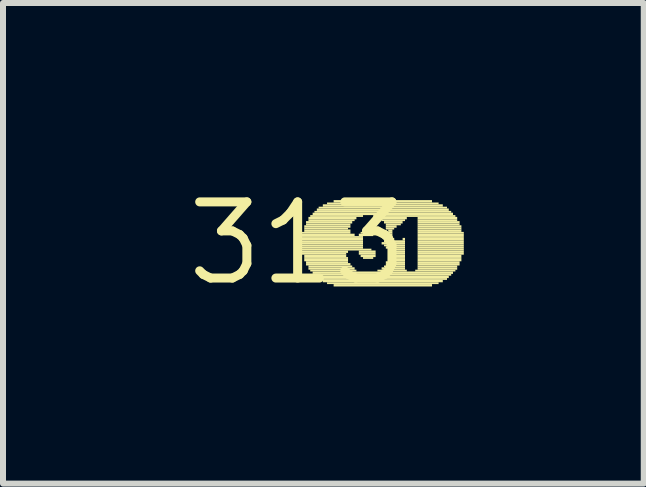
<source format=kicad_pcb>
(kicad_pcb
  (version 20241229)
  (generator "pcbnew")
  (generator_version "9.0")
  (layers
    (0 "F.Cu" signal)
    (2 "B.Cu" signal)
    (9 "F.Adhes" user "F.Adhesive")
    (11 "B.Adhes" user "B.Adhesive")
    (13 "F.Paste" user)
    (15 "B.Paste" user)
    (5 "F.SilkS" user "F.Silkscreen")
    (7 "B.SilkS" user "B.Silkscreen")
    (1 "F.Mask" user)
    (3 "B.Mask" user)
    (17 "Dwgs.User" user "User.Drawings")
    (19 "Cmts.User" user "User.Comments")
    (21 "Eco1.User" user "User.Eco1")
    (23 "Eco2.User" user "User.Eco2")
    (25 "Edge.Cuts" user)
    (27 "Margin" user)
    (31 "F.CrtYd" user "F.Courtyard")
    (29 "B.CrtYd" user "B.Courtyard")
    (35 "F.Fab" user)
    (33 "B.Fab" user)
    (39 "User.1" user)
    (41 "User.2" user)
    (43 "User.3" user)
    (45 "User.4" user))
  (footprint "313"
    (layer "F.Cu")
    (at 1.912 1.006)
    (property "Reference" "313" (at 0 0 0) (layer "F.SilkS") (effects (font (size 1.27 1.27) (thickness 0.15))))
    (fp_poly (pts (xy 0.07 -0.16) (xy 0.88 -0.16) (xy 0.88 -0.19) (xy 0.07 -0.19)) (stroke (width 0) (type default)) (fill yes) (layer "F.SilkS"))
    (fp_poly (pts (xy 0.07 -0.12) (xy 0.95 -0.12) (xy 0.95 -0.16) (xy 0.07 -0.16)) (stroke (width 0) (type default)) (fill yes) (layer "F.SilkS"))
    (fp_poly (pts (xy 0.07 -0.09) (xy 1.09 -0.09) (xy 1.09 -0.12) (xy 0.07 -0.12)) (stroke (width 0) (type default)) (fill yes) (layer "F.SilkS"))
    (fp_poly (pts (xy 0.07 -0.05) (xy 1.09 -0.05) (xy 1.09 -0.09) (xy 0.07 -0.09)) (stroke (width 0) (type default)) (fill yes) (layer "F.SilkS"))
    (fp_poly (pts (xy 0.07 -0.02) (xy 1.09 -0.02) (xy 1.09 -0.05) (xy 0.07 -0.05)) (stroke (width 0) (type default)) (fill yes) (layer "F.SilkS"))
    (fp_poly (pts (xy 0.07 0.02) (xy 1.09 0.02) (xy 1.09 -0.02) (xy 0.07 -0.02)) (stroke (width 0) (type default)) (fill yes) (layer "F.SilkS"))
    (fp_poly (pts (xy 0.07 0.05) (xy 1.09 0.05) (xy 1.09 0.02) (xy 0.07 0.02)) (stroke (width 0) (type default)) (fill yes) (layer "F.SilkS"))
    (fp_poly (pts (xy 0.07 0.09) (xy 1.09 0.09) (xy 1.09 0.05) (xy 0.07 0.05)) (stroke (width 0) (type default)) (fill yes) (layer "F.SilkS"))
    (fp_poly (pts (xy 0.07 0.12) (xy 1.23 0.12) (xy 1.23 0.09) (xy 0.07 0.09)) (stroke (width 0) (type default)) (fill yes) (layer "F.SilkS"))
    (fp_poly (pts (xy 0.07 0.16) (xy 0.84 0.16) (xy 0.84 0.12) (xy 0.07 0.12)) (stroke (width 0) (type default)) (fill yes) (layer "F.SilkS"))
    (fp_poly (pts (xy 0.07 0.19) (xy 0.81 0.19) (xy 0.81 0.16) (xy 0.07 0.16)) (stroke (width 0) (type default)) (fill yes) (layer "F.SilkS"))
    (fp_poly (pts (xy 0.11 -0.26) (xy 0.88 -0.26) (xy 0.88 -0.3) (xy 0.11 -0.3)) (stroke (width 0) (type default)) (fill yes) (layer "F.SilkS"))
    (fp_poly (pts (xy 0.11 -0.23) (xy 0.84 -0.23) (xy 0.84 -0.26) (xy 0.11 -0.26)) (stroke (width 0) (type default)) (fill yes) (layer "F.SilkS"))
    (fp_poly (pts (xy 0.11 -0.19) (xy 0.88 -0.19) (xy 0.88 -0.23) (xy 0.11 -0.23)) (stroke (width 0) (type default)) (fill yes) (layer "F.SilkS"))
    (fp_poly (pts (xy 0.11 0.23) (xy 0.81 0.23) (xy 0.81 0.19) (xy 0.11 0.19)) (stroke (width 0) (type default)) (fill yes) (layer "F.SilkS"))
    (fp_poly (pts (xy 0.11 0.26) (xy 0.84 0.26) (xy 0.84 0.23) (xy 0.11 0.23)) (stroke (width 0) (type default)) (fill yes) (layer "F.SilkS"))
    (fp_poly (pts (xy 0.11 0.3) (xy 0.84 0.3) (xy 0.84 0.26) (xy 0.11 0.26)) (stroke (width 0) (type default)) (fill yes) (layer "F.SilkS"))
    (fp_poly (pts (xy 0.14 -0.33) (xy 0.91 -0.33) (xy 0.91 -0.37) (xy 0.14 -0.37)) (stroke (width 0) (type default)) (fill yes) (layer "F.SilkS"))
    (fp_poly (pts (xy 0.14 -0.3) (xy 0.88 -0.3) (xy 0.88 -0.33) (xy 0.14 -0.33)) (stroke (width 0) (type default)) (fill yes) (layer "F.SilkS"))
    (fp_poly (pts (xy 0.14 0.33) (xy 0.84 0.33) (xy 0.84 0.3) (xy 0.14 0.3)) (stroke (width 0) (type default)) (fill yes) (layer "F.SilkS"))
    (fp_poly (pts (xy 0.14 0.37) (xy 0.88 0.37) (xy 0.88 0.33) (xy 0.14 0.33)) (stroke (width 0) (type default)) (fill yes) (layer "F.SilkS"))
    (fp_poly (pts (xy 0.18 -0.4) (xy 0.98 -0.4) (xy 0.98 -0.44) (xy 0.18 -0.44)) (stroke (width 0) (type default)) (fill yes) (layer "F.SilkS"))
    (fp_poly (pts (xy 0.18 -0.37) (xy 0.95 -0.37) (xy 0.95 -0.4) (xy 0.18 -0.4)) (stroke (width 0) (type default)) (fill yes) (layer "F.SilkS"))
    (fp_poly (pts (xy 0.18 0.4) (xy 0.91 0.4) (xy 0.91 0.37) (xy 0.18 0.37)) (stroke (width 0) (type default)) (fill yes) (layer "F.SilkS"))
    (fp_poly (pts (xy 0.18 0.44) (xy 0.95 0.44) (xy 0.95 0.4) (xy 0.18 0.4)) (stroke (width 0) (type default)) (fill yes) (layer "F.SilkS"))
    (fp_poly (pts (xy 0.21 -0.44) (xy 1.09 -0.44) (xy 1.09 -0.47) (xy 0.21 -0.47)) (stroke (width 0) (type default)) (fill yes) (layer "F.SilkS"))
    (fp_poly (pts (xy 0.21 0.47) (xy 0.98 0.47) (xy 0.98 0.44) (xy 0.21 0.44)) (stroke (width 0) (type default)) (fill yes) (layer "F.SilkS"))
    (fp_poly (pts (xy 0.25 -0.47) (xy 2.59 -0.47) (xy 2.59 -0.51) (xy 0.25 -0.51)) (stroke (width 0) (type default)) (fill yes) (layer "F.SilkS"))
    (fp_poly (pts (xy 0.25 0.51) (xy 2.59 0.51) (xy 2.59 0.47) (xy 0.25 0.47)) (stroke (width 0) (type default)) (fill yes) (layer "F.SilkS"))
    (fp_poly (pts (xy 0.28 -0.51) (xy 2.56 -0.51) (xy 2.56 -0.54) (xy 0.28 -0.54)) (stroke (width 0) (type default)) (fill yes) (layer "F.SilkS"))
    (fp_poly (pts (xy 0.28 0.54) (xy 2.56 0.54) (xy 2.56 0.51) (xy 0.28 0.51)) (stroke (width 0) (type default)) (fill yes) (layer "F.SilkS"))
    (fp_poly (pts (xy 0.32 -0.54) (xy 2.52 -0.54) (xy 2.52 -0.58) (xy 0.32 -0.58)) (stroke (width 0) (type default)) (fill yes) (layer "F.SilkS"))
    (fp_poly (pts (xy 0.32 0.58) (xy 2.52 0.58) (xy 2.52 0.54) (xy 0.32 0.54)) (stroke (width 0) (type default)) (fill yes) (layer "F.SilkS"))
    (fp_poly (pts (xy 0.35 -0.58) (xy 2.49 -0.58) (xy 2.49 -0.61) (xy 0.35 -0.61)) (stroke (width 0) (type default)) (fill yes) (layer "F.SilkS"))
    (fp_poly (pts (xy 0.35 0.61) (xy 2.49 0.61) (xy 2.49 0.58) (xy 0.35 0.58)) (stroke (width 0) (type default)) (fill yes) (layer "F.SilkS"))
    (fp_poly (pts (xy 0.42 -0.61) (xy 2.42 -0.61) (xy 2.42 -0.65) (xy 0.42 -0.65)) (stroke (width 0) (type default)) (fill yes) (layer "F.SilkS"))
    (fp_poly (pts (xy 0.42 0.65) (xy 2.42 0.65) (xy 2.42 0.61) (xy 0.42 0.61)) (stroke (width 0) (type default)) (fill yes) (layer "F.SilkS"))
    (fp_poly (pts (xy 0.49 -0.65) (xy 2.35 -0.65) (xy 2.35 -0.68) (xy 0.49 -0.68)) (stroke (width 0) (type default)) (fill yes) (layer "F.SilkS"))
    (fp_poly (pts (xy 0.49 0.68) (xy 2.35 0.68) (xy 2.35 0.65) (xy 0.49 0.65)) (stroke (width 0) (type default)) (fill yes) (layer "F.SilkS"))
    (fp_poly (pts (xy 0.6 -0.68) (xy 2.24 -0.68) (xy 2.24 -0.72) (xy 0.6 -0.72)) (stroke (width 0) (type default)) (fill yes) (layer "F.SilkS"))
    (fp_poly (pts (xy 0.6 0.72) (xy 2.24 0.72) (xy 2.24 0.68) (xy 0.6 0.68)) (stroke (width 0) (type default)) (fill yes) (layer "F.SilkS"))
    (fp_poly (pts (xy 1.02 -0.12) (xy 1.26 -0.12) (xy 1.26 -0.16) (xy 1.02 -0.16)) (stroke (width 0) (type default)) (fill yes) (layer "F.SilkS"))
    (fp_poly (pts (xy 1.02 0.16) (xy 1.3 0.16) (xy 1.3 0.12) (xy 1.02 0.12)) (stroke (width 0) (type default)) (fill yes) (layer "F.SilkS"))
    (fp_poly (pts (xy 1.02 0.19) (xy 1.3 0.19) (xy 1.3 0.16) (xy 1.02 0.16)) (stroke (width 0) (type default)) (fill yes) (layer "F.SilkS"))
    (fp_poly (pts (xy 1.05 -0.16) (xy 1.26 -0.16) (xy 1.26 -0.19) (xy 1.05 -0.19)) (stroke (width 0) (type default)) (fill yes) (layer "F.SilkS"))
    (fp_poly (pts (xy 1.05 0.23) (xy 1.3 0.23) (xy 1.3 0.19) (xy 1.05 0.19)) (stroke (width 0) (type default)) (fill yes) (layer "F.SilkS"))
    (fp_poly (pts (xy 1.09 -0.19) (xy 1.26 -0.19) (xy 1.26 -0.23) (xy 1.09 -0.23)) (stroke (width 0) (type default)) (fill yes) (layer "F.SilkS"))
    (fp_poly (pts (xy 1.09 0.26) (xy 1.26 0.26) (xy 1.26 0.23) (xy 1.09 0.23)) (stroke (width 0) (type default)) (fill yes) (layer "F.SilkS"))
    (fp_poly (pts (xy 1.12 -0.23) (xy 1.23 -0.23) (xy 1.23 -0.26) (xy 1.12 -0.26)) (stroke (width 0) (type default)) (fill yes) (layer "F.SilkS"))
    (fp_poly (pts (xy 1.26 -0.44) (xy 2.63 -0.44) (xy 2.63 -0.47) (xy 1.26 -0.47)) (stroke (width 0) (type default)) (fill yes) (layer "F.SilkS"))
    (fp_poly (pts (xy 1.33 -0.4) (xy 1.82 -0.4) (xy 1.82 -0.44) (xy 1.33 -0.44)) (stroke (width 0) (type default)) (fill yes) (layer "F.SilkS"))
    (fp_poly (pts (xy 1.33 0.47) (xy 1.82 0.47) (xy 1.82 0.44) (xy 1.33 0.44)) (stroke (width 0) (type default)) (fill yes) (layer "F.SilkS"))
    (fp_poly (pts (xy 1.4 -0.37) (xy 1.79 -0.37) (xy 1.79 -0.4) (xy 1.4 -0.4)) (stroke (width 0) (type default)) (fill yes) (layer "F.SilkS"))
    (fp_poly (pts (xy 1.4 0.02) (xy 1.79 0.02) (xy 1.79 -0.02) (xy 1.4 -0.02)) (stroke (width 0) (type default)) (fill yes) (layer "F.SilkS"))
    (fp_poly (pts (xy 1.4 0.44) (xy 1.79 0.44) (xy 1.79 0.4) (xy 1.4 0.4)) (stroke (width 0) (type default)) (fill yes) (layer "F.SilkS"))
    (fp_poly (pts (xy 1.44 -0.33) (xy 1.75 -0.33) (xy 1.75 -0.37) (xy 1.44 -0.37)) (stroke (width 0) (type default)) (fill yes) (layer "F.SilkS"))
    (fp_poly (pts (xy 1.44 -0.02) (xy 1.79 -0.02) (xy 1.79 -0.05) (xy 1.44 -0.05)) (stroke (width 0) (type default)) (fill yes) (layer "F.SilkS"))
    (fp_poly (pts (xy 1.44 0.05) (xy 1.79 0.05) (xy 1.79 0.02) (xy 1.44 0.02)) (stroke (width 0) (type default)) (fill yes) (layer "F.SilkS"))
    (fp_poly (pts (xy 1.44 0.4) (xy 1.79 0.4) (xy 1.79 0.37) (xy 1.44 0.37)) (stroke (width 0) (type default)) (fill yes) (layer "F.SilkS"))
    (fp_poly (pts (xy 1.47 -0.3) (xy 1.72 -0.3) (xy 1.72 -0.33) (xy 1.47 -0.33)) (stroke (width 0) (type default)) (fill yes) (layer "F.SilkS"))
    (fp_poly (pts (xy 1.47 -0.26) (xy 1.65 -0.26) (xy 1.65 -0.3) (xy 1.47 -0.3)) (stroke (width 0) (type default)) (fill yes) (layer "F.SilkS"))
    (fp_poly (pts (xy 1.47 -0.23) (xy 1.61 -0.23) (xy 1.61 -0.26) (xy 1.47 -0.26)) (stroke (width 0) (type default)) (fill yes) (layer "F.SilkS"))
    (fp_poly (pts (xy 1.47 -0.09) (xy 1.58 -0.09) (xy 1.58 -0.12) (xy 1.47 -0.12)) (stroke (width 0) (type default)) (fill yes) (layer "F.SilkS"))
    (fp_poly (pts (xy 1.47 -0.05) (xy 1.61 -0.05) (xy 1.61 -0.09) (xy 1.47 -0.09)) (stroke (width 0) (type default)) (fill yes) (layer "F.SilkS"))
    (fp_poly (pts (xy 1.47 0.09) (xy 1.79 0.09) (xy 1.79 0.05) (xy 1.47 0.05)) (stroke (width 0) (type default)) (fill yes) (layer "F.SilkS"))
    (fp_poly (pts (xy 1.47 0.33) (xy 1.79 0.33) (xy 1.79 0.3) (xy 1.47 0.3)) (stroke (width 0) (type default)) (fill yes) (layer "F.SilkS"))
    (fp_poly (pts (xy 1.47 0.37) (xy 1.79 0.37) (xy 1.79 0.33) (xy 1.47 0.33)) (stroke (width 0) (type default)) (fill yes) (layer "F.SilkS"))
    (fp_poly (pts (xy 1.51 -0.19) (xy 1.58 -0.19) (xy 1.58 -0.23) (xy 1.51 -0.23)) (stroke (width 0) (type default)) (fill yes) (layer "F.SilkS"))
    (fp_poly (pts (xy 1.51 -0.16) (xy 1.58 -0.16) (xy 1.58 -0.19) (xy 1.51 -0.19)) (stroke (width 0) (type default)) (fill yes) (layer "F.SilkS"))
    (fp_poly (pts (xy 1.51 -0.12) (xy 1.58 -0.12) (xy 1.58 -0.16) (xy 1.51 -0.16)) (stroke (width 0) (type default)) (fill yes) (layer "F.SilkS"))
    (fp_poly (pts (xy 1.51 0.12) (xy 1.79 0.12) (xy 1.79 0.09) (xy 1.51 0.09)) (stroke (width 0) (type default)) (fill yes) (layer "F.SilkS"))
    (fp_poly (pts (xy 1.51 0.16) (xy 1.79 0.16) (xy 1.79 0.12) (xy 1.51 0.12)) (stroke (width 0) (type default)) (fill yes) (layer "F.SilkS"))
    (fp_poly (pts (xy 1.51 0.19) (xy 1.79 0.19) (xy 1.79 0.16) (xy 1.51 0.16)) (stroke (width 0) (type default)) (fill yes) (layer "F.SilkS"))
    (fp_poly (pts (xy 1.51 0.23) (xy 1.79 0.23) (xy 1.79 0.19) (xy 1.51 0.19)) (stroke (width 0) (type default)) (fill yes) (layer "F.SilkS"))
    (fp_poly (pts (xy 1.51 0.26) (xy 1.79 0.26) (xy 1.79 0.23) (xy 1.51 0.23)) (stroke (width 0) (type default)) (fill yes) (layer "F.SilkS"))
    (fp_poly (pts (xy 1.51 0.3) (xy 1.79 0.3) (xy 1.79 0.26) (xy 1.51 0.26)) (stroke (width 0) (type default)) (fill yes) (layer "F.SilkS"))
    (fp_poly (pts (xy 1.75 -0.05) (xy 1.79 -0.05) (xy 1.79 -0.09) (xy 1.75 -0.09)) (stroke (width 0) (type default)) (fill yes) (layer "F.SilkS"))
    (fp_poly (pts (xy 1.96 0.47) (xy 2.63 0.47) (xy 2.63 0.44) (xy 1.96 0.44)) (stroke (width 0) (type default)) (fill yes) (layer "F.SilkS"))
    (fp_poly (pts (xy 2 -0.4) (xy 2.66 -0.4) (xy 2.66 -0.44) (xy 2 -0.44)) (stroke (width 0) (type default)) (fill yes) (layer "F.SilkS"))
    (fp_poly (pts (xy 2 -0.37) (xy 2.66 -0.37) (xy 2.66 -0.4) (xy 2 -0.4)) (stroke (width 0) (type default)) (fill yes) (layer "F.SilkS"))
    (fp_poly (pts (xy 2 -0.33) (xy 2.7 -0.33) (xy 2.7 -0.37) (xy 2 -0.37)) (stroke (width 0) (type default)) (fill yes) (layer "F.SilkS"))
    (fp_poly (pts (xy 2 -0.3) (xy 2.7 -0.3) (xy 2.7 -0.33) (xy 2 -0.33)) (stroke (width 0) (type default)) (fill yes) (layer "F.SilkS"))
    (fp_poly (pts (xy 2 -0.26) (xy 2.73 -0.26) (xy 2.73 -0.3) (xy 2 -0.3)) (stroke (width 0) (type default)) (fill yes) (layer "F.SilkS"))
    (fp_poly (pts (xy 2 -0.23) (xy 2.73 -0.23) (xy 2.73 -0.26) (xy 2 -0.26)) (stroke (width 0) (type default)) (fill yes) (layer "F.SilkS"))
    (fp_poly (pts (xy 2 -0.19) (xy 2.73 -0.19) (xy 2.73 -0.23) (xy 2 -0.23)) (stroke (width 0) (type default)) (fill yes) (layer "F.SilkS"))
    (fp_poly (pts (xy 2 -0.16) (xy 2.77 -0.16) (xy 2.77 -0.19) (xy 2 -0.19)) (stroke (width 0) (type default)) (fill yes) (layer "F.SilkS"))
    (fp_poly (pts (xy 2 -0.12) (xy 2.77 -0.12) (xy 2.77 -0.16) (xy 2 -0.16)) (stroke (width 0) (type default)) (fill yes) (layer "F.SilkS"))
    (fp_poly (pts (xy 2 -0.09) (xy 2.77 -0.09) (xy 2.77 -0.12) (xy 2 -0.12)) (stroke (width 0) (type default)) (fill yes) (layer "F.SilkS"))
    (fp_poly (pts (xy 2 -0.05) (xy 2.77 -0.05) (xy 2.77 -0.09) (xy 2 -0.09)) (stroke (width 0) (type default)) (fill yes) (layer "F.SilkS"))
    (fp_poly (pts (xy 2 -0.02) (xy 2.77 -0.02) (xy 2.77 -0.05) (xy 2 -0.05)) (stroke (width 0) (type default)) (fill yes) (layer "F.SilkS"))
    (fp_poly (pts (xy 2 0.02) (xy 2.77 0.02) (xy 2.77 -0.02) (xy 2 -0.02)) (stroke (width 0) (type default)) (fill yes) (layer "F.SilkS"))
    (fp_poly (pts (xy 2 0.05) (xy 2.77 0.05) (xy 2.77 0.02) (xy 2 0.02)) (stroke (width 0) (type default)) (fill yes) (layer "F.SilkS"))
    (fp_poly (pts (xy 2 0.09) (xy 2.77 0.09) (xy 2.77 0.05) (xy 2 0.05)) (stroke (width 0) (type default)) (fill yes) (layer "F.SilkS"))
    (fp_poly (pts (xy 2 0.12) (xy 2.77 0.12) (xy 2.77 0.09) (xy 2 0.09)) (stroke (width 0) (type default)) (fill yes) (layer "F.SilkS"))
    (fp_poly (pts (xy 2 0.16) (xy 2.77 0.16) (xy 2.77 0.12) (xy 2 0.12)) (stroke (width 0) (type default)) (fill yes) (layer "F.SilkS"))
    (fp_poly (pts (xy 2 0.19) (xy 2.77 0.19) (xy 2.77 0.16) (xy 2 0.16)) (stroke (width 0) (type default)) (fill yes) (layer "F.SilkS"))
    (fp_poly (pts (xy 2 0.23) (xy 2.73 0.23) (xy 2.73 0.19) (xy 2 0.19)) (stroke (width 0) (type default)) (fill yes) (layer "F.SilkS"))
    (fp_poly (pts (xy 2 0.26) (xy 2.73 0.26) (xy 2.73 0.23) (xy 2 0.23)) (stroke (width 0) (type default)) (fill yes) (layer "F.SilkS"))
    (fp_poly (pts (xy 2 0.3) (xy 2.73 0.3) (xy 2.73 0.26) (xy 2 0.26)) (stroke (width 0) (type default)) (fill yes) (layer "F.SilkS"))
    (fp_poly (pts (xy 2 0.33) (xy 2.7 0.33) (xy 2.7 0.3) (xy 2 0.3)) (stroke (width 0) (type default)) (fill yes) (layer "F.SilkS"))
    (fp_poly (pts (xy 2 0.37) (xy 2.7 0.37) (xy 2.7 0.33) (xy 2 0.33)) (stroke (width 0) (type default)) (fill yes) (layer "F.SilkS"))
    (fp_poly (pts (xy 2 0.4) (xy 2.66 0.4) (xy 2.66 0.37) (xy 2 0.37)) (stroke (width 0) (type default)) (fill yes) (layer "F.SilkS"))
    (fp_poly (pts (xy 2 0.44) (xy 2.66 0.44) (xy 2.66 0.4) (xy 2 0.4)) (stroke (width 0) (type default)) (fill yes) (layer "F.SilkS")))
  (gr_rect
    (start -3 -3)
    (end 7.682 5.012)
    (stroke (width 0.1) (type default))
    (fill no)
    (layer "Edge.Cuts")))
</source>
